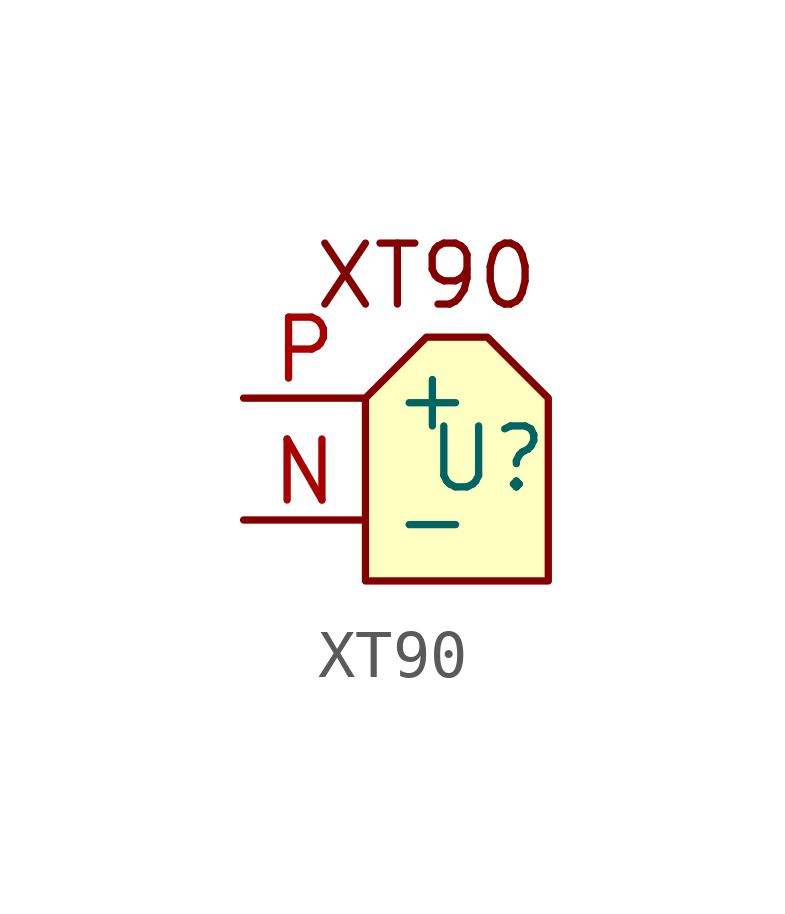
<source format=kicad_sym>
(kicad_symbol_lib
  (version 20220914)
  (generator kicad_symbol_editor)
  (symbol "XT90"
    (property "Reference" "U"
      (at -1.27 -2.54 0)
      (effects (font (size 1.27 1.27))))
    (property "Value" ""
      (at 0 0 0)
      (effects (font (size 1.27 1.27))))
    (symbol "XT90_1_1"
      (polyline (pts (xy -3.81 -5.08) (xy 0 -5.08) (xy 0 -1.27) (xy -1.27 0) (xy -2.54 0) (xy -3.81 -1.27) (xy -3.81 -5.08)) (stroke (width 0) (type default)) (fill (type background)))
      (text "XT90\n" (at -2.54 1.27 0) (effects (font (size 1.27 1.27))))
      (pin input line (at -6.35 -3.81 0) (length 2.54) (name "-" (effects (font (size 1.27 1.27)))) (number "N" (effects (font (size 1.27 1.27)))))
      (pin input line (at -6.35 -1.27 0) (length 2.54) (name "+" (effects (font (size 1.27 1.27)))) (number "P" (effects (font (size 1.27 1.27))))))))
</source>
